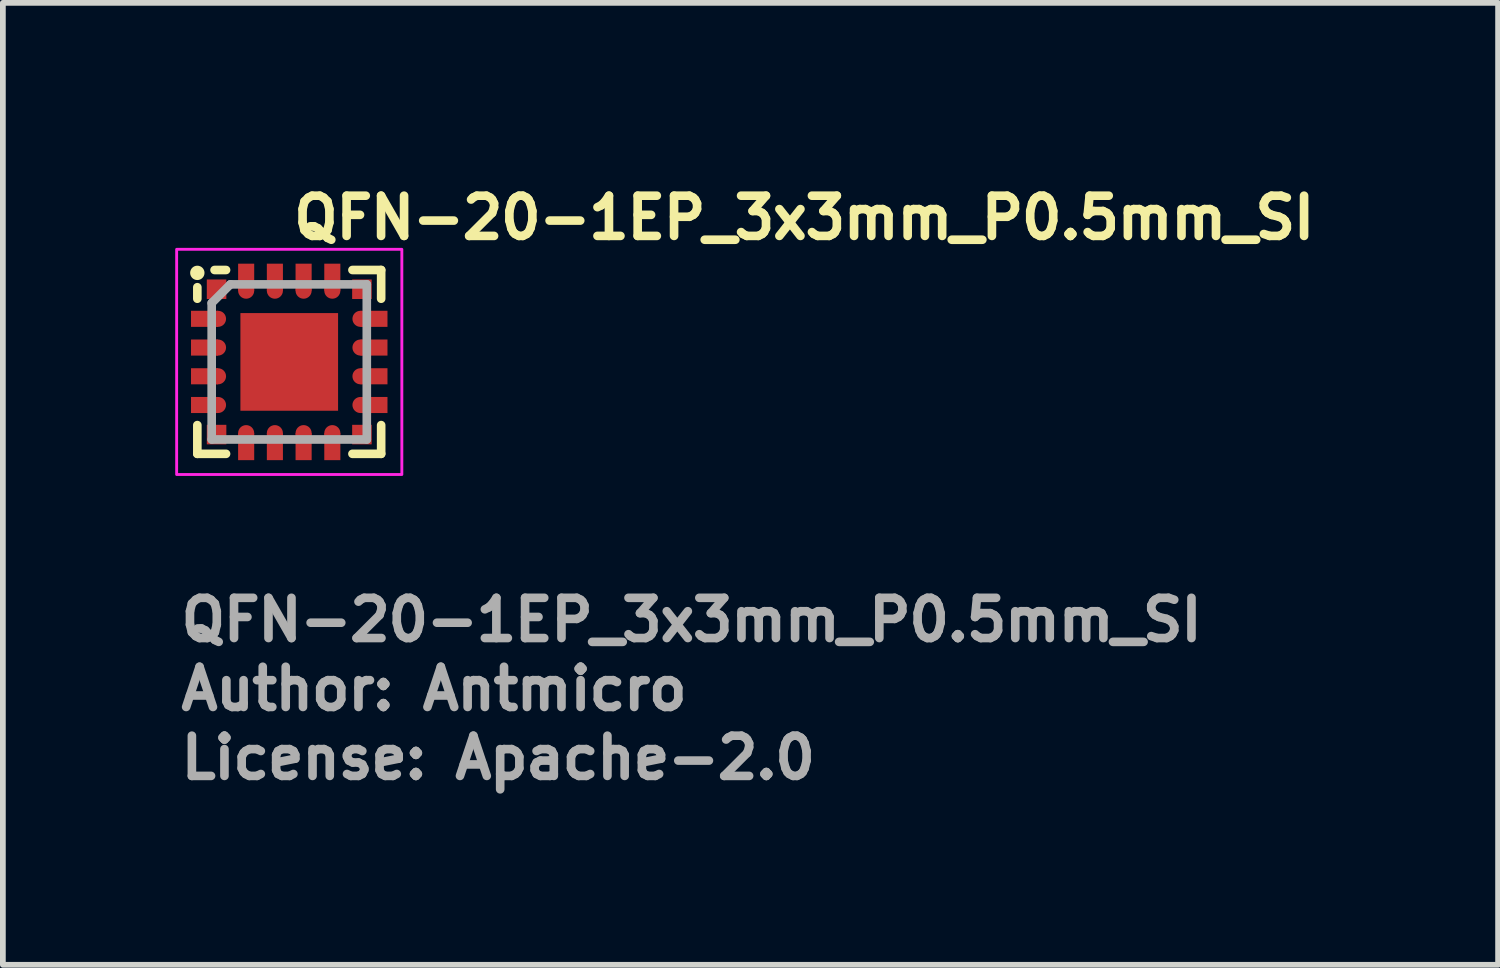
<source format=kicad_pcb>
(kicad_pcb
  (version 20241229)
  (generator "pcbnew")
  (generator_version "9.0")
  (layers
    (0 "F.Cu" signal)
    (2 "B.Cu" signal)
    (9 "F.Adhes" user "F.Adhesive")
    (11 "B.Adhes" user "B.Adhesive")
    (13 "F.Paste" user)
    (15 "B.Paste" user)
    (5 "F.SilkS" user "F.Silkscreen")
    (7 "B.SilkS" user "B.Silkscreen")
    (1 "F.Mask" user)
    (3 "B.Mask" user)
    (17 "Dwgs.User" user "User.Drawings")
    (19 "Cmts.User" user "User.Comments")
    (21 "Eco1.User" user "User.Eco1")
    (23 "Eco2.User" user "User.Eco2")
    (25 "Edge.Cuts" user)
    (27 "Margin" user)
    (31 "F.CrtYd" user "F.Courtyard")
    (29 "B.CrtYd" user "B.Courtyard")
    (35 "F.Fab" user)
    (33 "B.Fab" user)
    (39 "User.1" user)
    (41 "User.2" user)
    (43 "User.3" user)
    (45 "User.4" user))
  (footprint "QFN-20-1EP_3x3mm_P0.5mm_SI"
    (layer "F.Cu")
    (at 1.985 3.25)
    (property "Reference" "QFN-20-1EP_3x3mm_P0.5mm_SI" (at 0 -2.1 0) (layer "F.SilkS") (effects (font (size 0.7 0.7) (thickness 0.15)) (justify left bottom)))
    (attr smd)
    (fp_line (start -1.6 -1.1) (end -1.6 -1.3) (stroke (width 0.15) (type solid)) (layer "F.SilkS"))
    (fp_line (start -1.6 1.1) (end -1.6 1.6) (stroke (width 0.15) (type solid)) (layer "F.SilkS"))
    (fp_line (start -1.6 1.6) (end -1.1 1.6) (stroke (width 0.15) (type solid)) (layer "F.SilkS"))
    (fp_line (start -1.3 -1.6) (end -1.1 -1.6) (stroke (width 0.15) (type solid)) (layer "F.SilkS"))
    (fp_line (start 1.1 -1.6) (end 1.6 -1.6) (stroke (width 0.15) (type solid)) (layer "F.SilkS"))
    (fp_line (start 1.6 -1.6) (end 1.6 -1.1) (stroke (width 0.15) (type solid)) (layer "F.SilkS"))
    (fp_line (start 1.6 1.1) (end 1.6 1.6) (stroke (width 0.15) (type solid)) (layer "F.SilkS"))
    (fp_line (start 1.6 1.6) (end 1.1 1.6) (stroke (width 0.15) (type solid)) (layer "F.SilkS"))
    (fp_circle (center -1.6 -1.55) (end -1.55 -1.55) (stroke (width 0.15) (type solid)) (fill yes) (layer "F.SilkS"))
    (fp_rect (start -1.96 -1.96) (end 1.96 1.96) (stroke (width 0.05) (type solid)) (fill no) (layer "F.CrtYd"))
    (fp_line (start -1.35 -1.025) (end -1.35 1.35) (stroke (width 0.15) (type solid)) (layer "F.Fab"))
    (fp_line (start -1.35 1.35) (end 1.35 1.35) (stroke (width 0.15) (type solid)) (layer "F.Fab"))
    (fp_line (start -1.025 -1.35) (end -1.35 -1.025) (stroke (width 0.15) (type solid)) (layer "F.Fab"))
    (fp_line (start -1.025 -1.35) (end 1.35 -1.35) (stroke (width 0.15) (type solid)) (layer "F.Fab"))
    (fp_line (start 1.35 -1.35) (end 1.35 1.35) (stroke (width 0.15) (type solid)) (layer "F.Fab"))
    (fp_rect (start -1.5 -1.5) (end 1.5 1.5) (stroke (width 0.1) (type solid)) (fill no) (layer "User.5"))
    (fp_line (start -1.5 -1.5) (end -1.5 1.5) (stroke (width 0.02) (type solid)) (layer "User.9"))
    (fp_line (start -1.5 1.5) (end 1.5 1.5) (stroke (width 0.02) (type solid)) (layer "User.9"))
    (fp_line (start 1.5 -1.5) (end -1.5 -1.5) (stroke (width 0.02) (type solid)) (layer "User.9"))
    (fp_line (start 1.5 1.5) (end 1.5 -1.5) (stroke (width 0.02) (type solid)) (layer "User.9"))
    (fp_text user "${REFERENCE}" (at -1.96 4.9 0) (layer "F.Fab") (effects (font (size 0.7 0.7) (thickness 0.15)) (justify left bottom)))
    (fp_text user "Author: Antmicro" (at -1.96 6.1 0) (layer "F.Fab") (effects (font (size 0.7 0.7) (thickness 0.15)) (justify left bottom)))
    (fp_text user "License: Apache-2.0" (at -1.96 7.3 0) (layer "F.Fab") (effects (font (size 0.7 0.7) (thickness 0.15)) (justify left bottom)))
    (pad "1" smd rect (at -1.265 -1.265) (size 0.34 0.34) (layers "F.Cu" "F.Mask" "F.Paste"))
    (pad "2" smd rect (at -1.475 -0.75) (size 0.47 0.28) (layers "F.Cu" "F.Mask" "F.Paste"))
    (pad "2" smd circle (at -1.24 -0.75) (size 0.28 0.28) (layers "F.Cu" "F.Mask" "F.Paste"))
    (pad "3" smd rect (at -1.475 -0.25) (size 0.47 0.28) (layers "F.Cu" "F.Mask" "F.Paste"))
    (pad "3" smd circle (at -1.24 -0.25) (size 0.28 0.28) (layers "F.Cu" "F.Mask" "F.Paste"))
    (pad "4" smd rect (at -1.475 0.25) (size 0.47 0.28) (layers "F.Cu" "F.Mask" "F.Paste"))
    (pad "4" smd circle (at -1.24 0.25) (size 0.28 0.28) (layers "F.Cu" "F.Mask" "F.Paste"))
    (pad "5" smd rect (at -1.475 0.75) (size 0.47 0.28) (layers "F.Cu" "F.Mask" "F.Paste"))
    (pad "5" smd circle (at -1.24 0.75) (size 0.28 0.28) (layers "F.Cu" "F.Mask" "F.Paste"))
    (pad "6" smd rect (at -1.265 1.265) (size 0.34 0.34) (layers "F.Cu" "F.Mask" "F.Paste"))
    (pad "7" smd circle (at -0.75 1.24) (size 0.28 0.28) (layers "F.Cu" "F.Mask" "F.Paste"))
    (pad "7" smd rect (at -0.75 1.475) (size 0.28 0.47) (layers "F.Cu" "F.Mask" "F.Paste"))
    (pad "8" smd circle (at -0.25 1.24) (size 0.28 0.28) (layers "F.Cu" "F.Mask" "F.Paste"))
    (pad "8" smd rect (at -0.25 1.475) (size 0.28 0.47) (layers "F.Cu" "F.Mask" "F.Paste"))
    (pad "9" smd circle (at 0.25 1.24) (size 0.28 0.28) (layers "F.Cu" "F.Mask" "F.Paste"))
    (pad "9" smd rect (at 0.25 1.475) (size 0.28 0.47) (layers "F.Cu" "F.Mask" "F.Paste"))
    (pad "10" smd circle (at 0.75 1.24) (size 0.28 0.28) (layers "F.Cu" "F.Mask" "F.Paste"))
    (pad "10" smd rect (at 0.75 1.475) (size 0.28 0.47) (layers "F.Cu" "F.Mask" "F.Paste"))
    (pad "11" smd rect (at 1.265 1.265) (size 0.34 0.34) (layers "F.Cu" "F.Mask" "F.Paste"))
    (pad "12" smd circle (at 1.24 0.75) (size 0.28 0.28) (layers "F.Cu" "F.Mask" "F.Paste"))
    (pad "12" smd rect (at 1.475 0.75) (size 0.47 0.28) (layers "F.Cu" "F.Mask" "F.Paste"))
    (pad "13" smd circle (at 1.24 0.25) (size 0.28 0.28) (layers "F.Cu" "F.Mask" "F.Paste"))
    (pad "13" smd rect (at 1.475 0.25) (size 0.47 0.28) (layers "F.Cu" "F.Mask" "F.Paste"))
    (pad "14" smd circle (at 1.24 -0.25) (size 0.28 0.28) (layers "F.Cu" "F.Mask" "F.Paste"))
    (pad "14" smd rect (at 1.475 -0.25) (size 0.47 0.28) (layers "F.Cu" "F.Mask" "F.Paste"))
    (pad "15" smd circle (at 1.24 -0.75) (size 0.28 0.28) (layers "F.Cu" "F.Mask" "F.Paste"))
    (pad "15" smd rect (at 1.475 -0.75) (size 0.47 0.28) (layers "F.Cu" "F.Mask" "F.Paste"))
    (pad "16" smd rect (at 1.265 -1.265) (size 0.34 0.34) (layers "F.Cu" "F.Mask" "F.Paste"))
    (pad "17" smd rect (at 0.75 -1.475) (size 0.28 0.47) (layers "F.Cu" "F.Mask" "F.Paste"))
    (pad "17" smd circle (at 0.75 -1.24) (size 0.28 0.28) (layers "F.Cu" "F.Mask" "F.Paste"))
    (pad "18" smd rect (at 0.25 -1.475) (size 0.28 0.47) (layers "F.Cu" "F.Mask" "F.Paste"))
    (pad "18" smd circle (at 0.25 -1.24) (size 0.28 0.28) (layers "F.Cu" "F.Mask" "F.Paste"))
    (pad "19" smd rect (at -0.25 -1.475) (size 0.28 0.47) (layers "F.Cu" "F.Mask" "F.Paste"))
    (pad "19" smd circle (at -0.25 -1.24) (size 0.28 0.28) (layers "F.Cu" "F.Mask" "F.Paste"))
    (pad "20" smd rect (at -0.75 -1.475) (size 0.28 0.47) (layers "F.Cu" "F.Mask" "F.Paste"))
    (pad "20" smd circle (at -0.75 -1.24) (size 0.28 0.28) (layers "F.Cu" "F.Mask" "F.Paste"))
    (pad "21" smd rect (at 0 0) (size 1.7 1.7) (layers "F.Cu" "F.Mask" "F.Paste")))
  (gr_rect
    (start -3 -3)
    (end 23.028 13.745)
    (stroke (width 0.1) (type default))
    (fill no)
    (layer "Edge.Cuts")))
</source>
